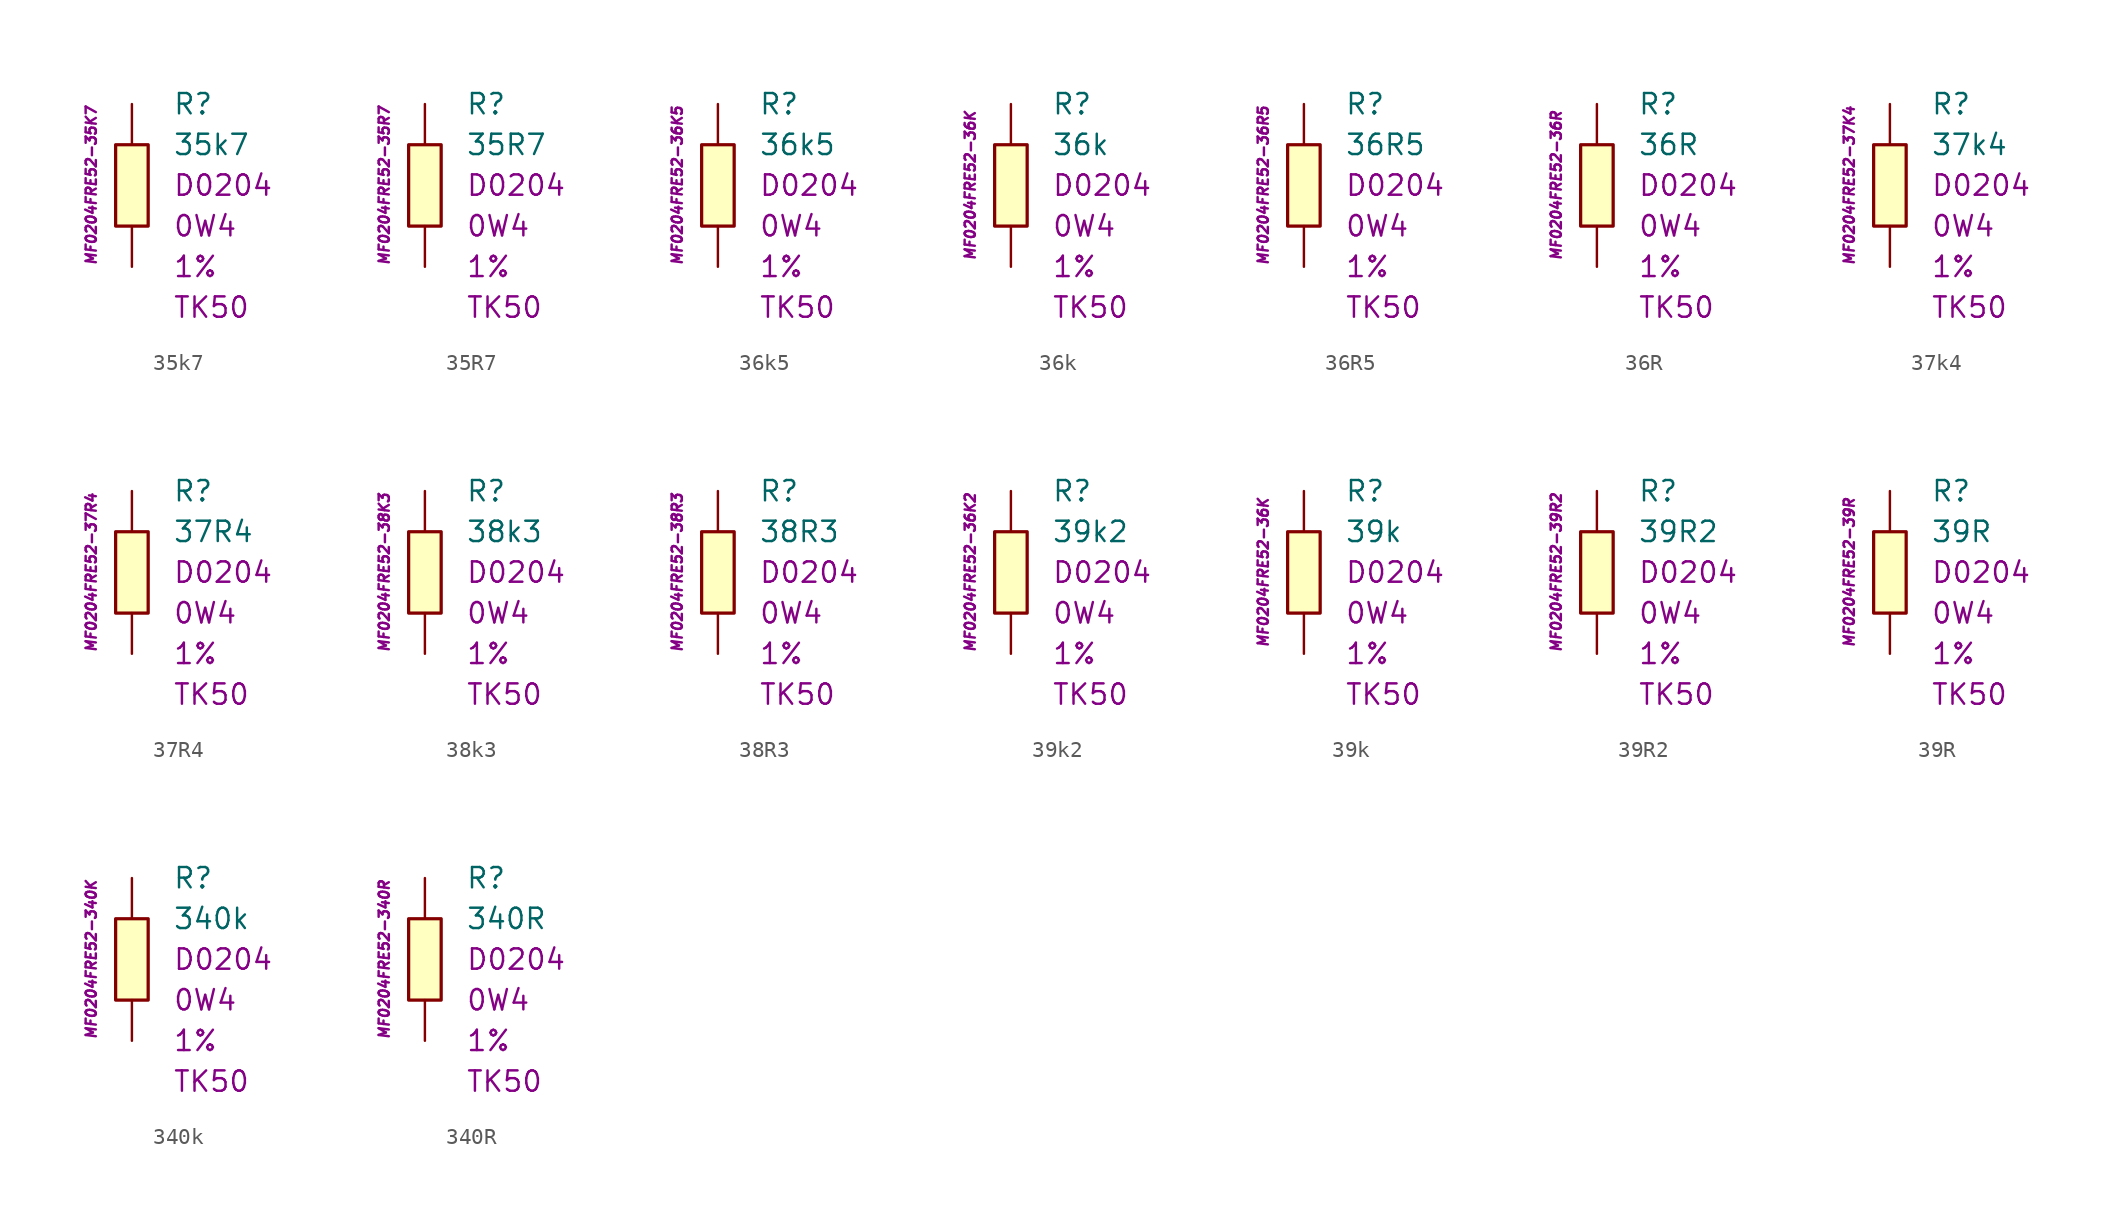
<source format=kicad_sym>
(kicad_symbol_lib
  (version 20201005)
  (generator kicad_symbol_editor)
  (symbol "35k7"
    (pin_numbers hide)
    (pin_names
      (offset 1.016) hide)
    (property "Reference" "R"
      (at 2.54 5.08 0)
      (effects (font (size 1.27 1.27)) (justify left)))
    (property "Value" "35k7"
      (at 2.54 2.54 0)
      (effects (font (size 1.27 1.27)) (justify left)))
    (property "Package" "D0204"
      (at 2.54 0 0)
      (effects (font (size 1.27 1.27)) (justify left)))
    (property "Power" "0W4"
      (at 2.54 -2.54 0)
      (effects (font (size 1.27 1.27)) (justify left)))
    (property "Tolerance" "1%"
      (at 2.54 -5.08 0)
      (effects (font (size 1.27 1.27)) (justify left)))
    (property "TK" "TK50"
      (at 2.54 -7.62 0)
      (effects (font (size 1.27 1.27)) (justify left)))
    (property "ID" "MF0204FRE52-35K7"
      (at -2.54 0 90)
      (effects (font (size 0.635 0.635) italic)))
    (symbol "35k7_0_1"
      (rectangle (start -1.016 2.54) (end 1.016 -2.54) (stroke (width 0.203)) (fill (type background))))
    (symbol "35k7_1_1"
      (pin passive line (at 0 5.08 270) (length 2.54) (name "~" (effects (font (size 1.778 1.778)))) (number "1" (effects (font (size 1.778 1.778)))))
      (pin passive line (at 0 -5.08 90) (length 2.54) (name "~" (effects (font (size 1.778 1.778)))) (number "2" (effects (font (size 1.778 1.778)))))))
  (symbol "35R7"
    (pin_numbers hide)
    (pin_names
      (offset 1.016) hide)
    (property "Reference" "R"
      (at 2.54 5.08 0)
      (effects (font (size 1.27 1.27)) (justify left)))
    (property "Value" "35R7"
      (at 2.54 2.54 0)
      (effects (font (size 1.27 1.27)) (justify left)))
    (property "Package" "D0204"
      (at 2.54 0 0)
      (effects (font (size 1.27 1.27)) (justify left)))
    (property "Power" "0W4"
      (at 2.54 -2.54 0)
      (effects (font (size 1.27 1.27)) (justify left)))
    (property "Tolerance" "1%"
      (at 2.54 -5.08 0)
      (effects (font (size 1.27 1.27)) (justify left)))
    (property "TK" "TK50"
      (at 2.54 -7.62 0)
      (effects (font (size 1.27 1.27)) (justify left)))
    (property "ID" "MF0204FRE52-35R7"
      (at -2.54 0 90)
      (effects (font (size 0.635 0.635) italic)))
    (symbol "35R7_0_1"
      (rectangle (start -1.016 2.54) (end 1.016 -2.54) (stroke (width 0.203)) (fill (type background))))
    (symbol "35R7_1_1"
      (pin passive line (at 0 5.08 270) (length 2.54) (name "~" (effects (font (size 1.778 1.778)))) (number "1" (effects (font (size 1.778 1.778)))))
      (pin passive line (at 0 -5.08 90) (length 2.54) (name "~" (effects (font (size 1.778 1.778)))) (number "2" (effects (font (size 1.778 1.778)))))))
  (symbol "36k5"
    (pin_numbers hide)
    (pin_names
      (offset 1.016) hide)
    (property "Reference" "R"
      (at 2.54 5.08 0)
      (effects (font (size 1.27 1.27)) (justify left)))
    (property "Value" "36k5"
      (at 2.54 2.54 0)
      (effects (font (size 1.27 1.27)) (justify left)))
    (property "Package" "D0204"
      (at 2.54 0 0)
      (effects (font (size 1.27 1.27)) (justify left)))
    (property "Power" "0W4"
      (at 2.54 -2.54 0)
      (effects (font (size 1.27 1.27)) (justify left)))
    (property "Tolerance" "1%"
      (at 2.54 -5.08 0)
      (effects (font (size 1.27 1.27)) (justify left)))
    (property "TK" "TK50"
      (at 2.54 -7.62 0)
      (effects (font (size 1.27 1.27)) (justify left)))
    (property "ID" "MF0204FRE52-36K5"
      (at -2.54 0 90)
      (effects (font (size 0.635 0.635) italic)))
    (symbol "36k5_0_1"
      (rectangle (start -1.016 2.54) (end 1.016 -2.54) (stroke (width 0.203)) (fill (type background))))
    (symbol "36k5_1_1"
      (pin passive line (at 0 5.08 270) (length 2.54) (name "~" (effects (font (size 1.778 1.778)))) (number "1" (effects (font (size 1.778 1.778)))))
      (pin passive line (at 0 -5.08 90) (length 2.54) (name "~" (effects (font (size 1.778 1.778)))) (number "2" (effects (font (size 1.778 1.778)))))))
  (symbol "36k"
    (pin_numbers hide)
    (pin_names
      (offset 1.016) hide)
    (property "Reference" "R"
      (at 2.54 5.08 0)
      (effects (font (size 1.27 1.27)) (justify left)))
    (property "Value" "36k"
      (at 2.54 2.54 0)
      (effects (font (size 1.27 1.27)) (justify left)))
    (property "Package" "D0204"
      (at 2.54 0 0)
      (effects (font (size 1.27 1.27)) (justify left)))
    (property "Power" "0W4"
      (at 2.54 -2.54 0)
      (effects (font (size 1.27 1.27)) (justify left)))
    (property "Tolerance" "1%"
      (at 2.54 -5.08 0)
      (effects (font (size 1.27 1.27)) (justify left)))
    (property "TK" "TK50"
      (at 2.54 -7.62 0)
      (effects (font (size 1.27 1.27)) (justify left)))
    (property "ID" "MF0204FRE52-36K"
      (at -2.54 0 90)
      (effects (font (size 0.635 0.635) italic)))
    (symbol "36k_0_1"
      (rectangle (start -1.016 2.54) (end 1.016 -2.54) (stroke (width 0.203)) (fill (type background))))
    (symbol "36k_1_1"
      (pin passive line (at 0 5.08 270) (length 2.54) (name "~" (effects (font (size 1.778 1.778)))) (number "1" (effects (font (size 1.778 1.778)))))
      (pin passive line (at 0 -5.08 90) (length 2.54) (name "~" (effects (font (size 1.778 1.778)))) (number "2" (effects (font (size 1.778 1.778)))))))
  (symbol "36R5"
    (pin_numbers hide)
    (pin_names
      (offset 1.016) hide)
    (property "Reference" "R"
      (at 2.54 5.08 0)
      (effects (font (size 1.27 1.27)) (justify left)))
    (property "Value" "36R5"
      (at 2.54 2.54 0)
      (effects (font (size 1.27 1.27)) (justify left)))
    (property "Package" "D0204"
      (at 2.54 0 0)
      (effects (font (size 1.27 1.27)) (justify left)))
    (property "Power" "0W4"
      (at 2.54 -2.54 0)
      (effects (font (size 1.27 1.27)) (justify left)))
    (property "Tolerance" "1%"
      (at 2.54 -5.08 0)
      (effects (font (size 1.27 1.27)) (justify left)))
    (property "TK" "TK50"
      (at 2.54 -7.62 0)
      (effects (font (size 1.27 1.27)) (justify left)))
    (property "ID" "MF0204FRE52-36R5"
      (at -2.54 0 90)
      (effects (font (size 0.635 0.635) italic)))
    (symbol "36R5_0_1"
      (rectangle (start -1.016 2.54) (end 1.016 -2.54) (stroke (width 0.203)) (fill (type background))))
    (symbol "36R5_1_1"
      (pin passive line (at 0 5.08 270) (length 2.54) (name "~" (effects (font (size 1.778 1.778)))) (number "1" (effects (font (size 1.778 1.778)))))
      (pin passive line (at 0 -5.08 90) (length 2.54) (name "~" (effects (font (size 1.778 1.778)))) (number "2" (effects (font (size 1.778 1.778)))))))
  (symbol "36R"
    (pin_numbers hide)
    (pin_names
      (offset 1.016) hide)
    (property "Reference" "R"
      (at 2.54 5.08 0)
      (effects (font (size 1.27 1.27)) (justify left)))
    (property "Value" "36R"
      (at 2.54 2.54 0)
      (effects (font (size 1.27 1.27)) (justify left)))
    (property "Package" "D0204"
      (at 2.54 0 0)
      (effects (font (size 1.27 1.27)) (justify left)))
    (property "Power" "0W4"
      (at 2.54 -2.54 0)
      (effects (font (size 1.27 1.27)) (justify left)))
    (property "Tolerance" "1%"
      (at 2.54 -5.08 0)
      (effects (font (size 1.27 1.27)) (justify left)))
    (property "TK" "TK50"
      (at 2.54 -7.62 0)
      (effects (font (size 1.27 1.27)) (justify left)))
    (property "ID" "MF0204FRE52-36R"
      (at -2.54 0 90)
      (effects (font (size 0.635 0.635) italic)))
    (symbol "36R_0_1"
      (rectangle (start -1.016 2.54) (end 1.016 -2.54) (stroke (width 0.203)) (fill (type background))))
    (symbol "36R_1_1"
      (pin passive line (at 0 5.08 270) (length 2.54) (name "~" (effects (font (size 1.778 1.778)))) (number "1" (effects (font (size 1.778 1.778)))))
      (pin passive line (at 0 -5.08 90) (length 2.54) (name "~" (effects (font (size 1.778 1.778)))) (number "2" (effects (font (size 1.778 1.778)))))))
  (symbol "37k4"
    (pin_numbers hide)
    (pin_names
      (offset 1.016) hide)
    (property "Reference" "R"
      (at 2.54 5.08 0)
      (effects (font (size 1.27 1.27)) (justify left)))
    (property "Value" "37k4"
      (at 2.54 2.54 0)
      (effects (font (size 1.27 1.27)) (justify left)))
    (property "Package" "D0204"
      (at 2.54 0 0)
      (effects (font (size 1.27 1.27)) (justify left)))
    (property "Power" "0W4"
      (at 2.54 -2.54 0)
      (effects (font (size 1.27 1.27)) (justify left)))
    (property "Tolerance" "1%"
      (at 2.54 -5.08 0)
      (effects (font (size 1.27 1.27)) (justify left)))
    (property "TK" "TK50"
      (at 2.54 -7.62 0)
      (effects (font (size 1.27 1.27)) (justify left)))
    (property "ID" "MF0204FRE52-37K4"
      (at -2.54 0 90)
      (effects (font (size 0.635 0.635) italic)))
    (symbol "37k4_0_1"
      (rectangle (start -1.016 2.54) (end 1.016 -2.54) (stroke (width 0.203)) (fill (type background))))
    (symbol "37k4_1_1"
      (pin passive line (at 0 5.08 270) (length 2.54) (name "~" (effects (font (size 1.778 1.778)))) (number "1" (effects (font (size 1.778 1.778)))))
      (pin passive line (at 0 -5.08 90) (length 2.54) (name "~" (effects (font (size 1.778 1.778)))) (number "2" (effects (font (size 1.778 1.778)))))))
  (symbol "37R4"
    (pin_numbers hide)
    (pin_names
      (offset 1.016) hide)
    (property "Reference" "R"
      (at 2.54 5.08 0)
      (effects (font (size 1.27 1.27)) (justify left)))
    (property "Value" "37R4"
      (at 2.54 2.54 0)
      (effects (font (size 1.27 1.27)) (justify left)))
    (property "Package" "D0204"
      (at 2.54 0 0)
      (effects (font (size 1.27 1.27)) (justify left)))
    (property "Power" "0W4"
      (at 2.54 -2.54 0)
      (effects (font (size 1.27 1.27)) (justify left)))
    (property "Tolerance" "1%"
      (at 2.54 -5.08 0)
      (effects (font (size 1.27 1.27)) (justify left)))
    (property "TK" "TK50"
      (at 2.54 -7.62 0)
      (effects (font (size 1.27 1.27)) (justify left)))
    (property "ID" "MF0204FRE52-37R4"
      (at -2.54 0 90)
      (effects (font (size 0.635 0.635) italic)))
    (symbol "37R4_0_1"
      (rectangle (start -1.016 2.54) (end 1.016 -2.54) (stroke (width 0.203)) (fill (type background))))
    (symbol "37R4_1_1"
      (pin passive line (at 0 5.08 270) (length 2.54) (name "~" (effects (font (size 1.778 1.778)))) (number "1" (effects (font (size 1.778 1.778)))))
      (pin passive line (at 0 -5.08 90) (length 2.54) (name "~" (effects (font (size 1.778 1.778)))) (number "2" (effects (font (size 1.778 1.778)))))))
  (symbol "38k3"
    (pin_numbers hide)
    (pin_names
      (offset 1.016) hide)
    (property "Reference" "R"
      (at 2.54 5.08 0)
      (effects (font (size 1.27 1.27)) (justify left)))
    (property "Value" "38k3"
      (at 2.54 2.54 0)
      (effects (font (size 1.27 1.27)) (justify left)))
    (property "Package" "D0204"
      (at 2.54 0 0)
      (effects (font (size 1.27 1.27)) (justify left)))
    (property "Power" "0W4"
      (at 2.54 -2.54 0)
      (effects (font (size 1.27 1.27)) (justify left)))
    (property "Tolerance" "1%"
      (at 2.54 -5.08 0)
      (effects (font (size 1.27 1.27)) (justify left)))
    (property "TK" "TK50"
      (at 2.54 -7.62 0)
      (effects (font (size 1.27 1.27)) (justify left)))
    (property "ID" "MF0204FRE52-38K3"
      (at -2.54 0 90)
      (effects (font (size 0.635 0.635) italic)))
    (symbol "38k3_0_1"
      (rectangle (start -1.016 2.54) (end 1.016 -2.54) (stroke (width 0.203)) (fill (type background))))
    (symbol "38k3_1_1"
      (pin passive line (at 0 5.08 270) (length 2.54) (name "~" (effects (font (size 1.778 1.778)))) (number "1" (effects (font (size 1.778 1.778)))))
      (pin passive line (at 0 -5.08 90) (length 2.54) (name "~" (effects (font (size 1.778 1.778)))) (number "2" (effects (font (size 1.778 1.778)))))))
  (symbol "38R3"
    (pin_numbers hide)
    (pin_names
      (offset 1.016) hide)
    (property "Reference" "R"
      (at 2.54 5.08 0)
      (effects (font (size 1.27 1.27)) (justify left)))
    (property "Value" "38R3"
      (at 2.54 2.54 0)
      (effects (font (size 1.27 1.27)) (justify left)))
    (property "Package" "D0204"
      (at 2.54 0 0)
      (effects (font (size 1.27 1.27)) (justify left)))
    (property "Power" "0W4"
      (at 2.54 -2.54 0)
      (effects (font (size 1.27 1.27)) (justify left)))
    (property "Tolerance" "1%"
      (at 2.54 -5.08 0)
      (effects (font (size 1.27 1.27)) (justify left)))
    (property "TK" "TK50"
      (at 2.54 -7.62 0)
      (effects (font (size 1.27 1.27)) (justify left)))
    (property "ID" "MF0204FRE52-38R3"
      (at -2.54 0 90)
      (effects (font (size 0.635 0.635) italic)))
    (symbol "38R3_0_1"
      (rectangle (start -1.016 2.54) (end 1.016 -2.54) (stroke (width 0.203)) (fill (type background))))
    (symbol "38R3_1_1"
      (pin passive line (at 0 5.08 270) (length 2.54) (name "~" (effects (font (size 1.778 1.778)))) (number "1" (effects (font (size 1.778 1.778)))))
      (pin passive line (at 0 -5.08 90) (length 2.54) (name "~" (effects (font (size 1.778 1.778)))) (number "2" (effects (font (size 1.778 1.778)))))))
  (symbol "39k2"
    (pin_numbers hide)
    (pin_names
      (offset 1.016) hide)
    (property "Reference" "R"
      (at 2.54 5.08 0)
      (effects (font (size 1.27 1.27)) (justify left)))
    (property "Value" "39k2"
      (at 2.54 2.54 0)
      (effects (font (size 1.27 1.27)) (justify left)))
    (property "Package" "D0204"
      (at 2.54 0 0)
      (effects (font (size 1.27 1.27)) (justify left)))
    (property "Power" "0W4"
      (at 2.54 -2.54 0)
      (effects (font (size 1.27 1.27)) (justify left)))
    (property "Tolerance" "1%"
      (at 2.54 -5.08 0)
      (effects (font (size 1.27 1.27)) (justify left)))
    (property "TK" "TK50"
      (at 2.54 -7.62 0)
      (effects (font (size 1.27 1.27)) (justify left)))
    (property "ID" "MF0204FRE52-36K2"
      (at -2.54 0 90)
      (effects (font (size 0.635 0.635) italic)))
    (symbol "39k2_0_1"
      (rectangle (start -1.016 2.54) (end 1.016 -2.54) (stroke (width 0.203)) (fill (type background))))
    (symbol "39k2_1_1"
      (pin passive line (at 0 5.08 270) (length 2.54) (name "~" (effects (font (size 1.778 1.778)))) (number "1" (effects (font (size 1.778 1.778)))))
      (pin passive line (at 0 -5.08 90) (length 2.54) (name "~" (effects (font (size 1.778 1.778)))) (number "2" (effects (font (size 1.778 1.778)))))))
  (symbol "39k"
    (pin_numbers hide)
    (pin_names
      (offset 1.016) hide)
    (property "Reference" "R"
      (at 2.54 5.08 0)
      (effects (font (size 1.27 1.27)) (justify left)))
    (property "Value" "39k"
      (at 2.54 2.54 0)
      (effects (font (size 1.27 1.27)) (justify left)))
    (property "Package" "D0204"
      (at 2.54 0 0)
      (effects (font (size 1.27 1.27)) (justify left)))
    (property "Power" "0W4"
      (at 2.54 -2.54 0)
      (effects (font (size 1.27 1.27)) (justify left)))
    (property "Tolerance" "1%"
      (at 2.54 -5.08 0)
      (effects (font (size 1.27 1.27)) (justify left)))
    (property "TK" "TK50"
      (at 2.54 -7.62 0)
      (effects (font (size 1.27 1.27)) (justify left)))
    (property "ID" "MF0204FRE52-36K"
      (at -2.54 0 90)
      (effects (font (size 0.635 0.635) italic)))
    (symbol "39k_0_1"
      (rectangle (start -1.016 2.54) (end 1.016 -2.54) (stroke (width 0.203)) (fill (type background))))
    (symbol "39k_1_1"
      (pin passive line (at 0 5.08 270) (length 2.54) (name "~" (effects (font (size 1.778 1.778)))) (number "1" (effects (font (size 1.778 1.778)))))
      (pin passive line (at 0 -5.08 90) (length 2.54) (name "~" (effects (font (size 1.778 1.778)))) (number "2" (effects (font (size 1.778 1.778)))))))
  (symbol "39R2"
    (pin_numbers hide)
    (pin_names
      (offset 1.016) hide)
    (property "Reference" "R"
      (at 2.54 5.08 0)
      (effects (font (size 1.27 1.27)) (justify left)))
    (property "Value" "39R2"
      (at 2.54 2.54 0)
      (effects (font (size 1.27 1.27)) (justify left)))
    (property "Package" "D0204"
      (at 2.54 0 0)
      (effects (font (size 1.27 1.27)) (justify left)))
    (property "Power" "0W4"
      (at 2.54 -2.54 0)
      (effects (font (size 1.27 1.27)) (justify left)))
    (property "Tolerance" "1%"
      (at 2.54 -5.08 0)
      (effects (font (size 1.27 1.27)) (justify left)))
    (property "TK" "TK50"
      (at 2.54 -7.62 0)
      (effects (font (size 1.27 1.27)) (justify left)))
    (property "ID" "MF0204FRE52-39R2"
      (at -2.54 0 90)
      (effects (font (size 0.635 0.635) italic)))
    (symbol "39R2_0_1"
      (rectangle (start -1.016 2.54) (end 1.016 -2.54) (stroke (width 0.203)) (fill (type background))))
    (symbol "39R2_1_1"
      (pin passive line (at 0 5.08 270) (length 2.54) (name "~" (effects (font (size 1.778 1.778)))) (number "1" (effects (font (size 1.778 1.778)))))
      (pin passive line (at 0 -5.08 90) (length 2.54) (name "~" (effects (font (size 1.778 1.778)))) (number "2" (effects (font (size 1.778 1.778)))))))
  (symbol "39R"
    (pin_numbers hide)
    (pin_names
      (offset 1.016) hide)
    (property "Reference" "R"
      (at 2.54 5.08 0)
      (effects (font (size 1.27 1.27)) (justify left)))
    (property "Value" "39R"
      (at 2.54 2.54 0)
      (effects (font (size 1.27 1.27)) (justify left)))
    (property "Package" "D0204"
      (at 2.54 0 0)
      (effects (font (size 1.27 1.27)) (justify left)))
    (property "Power" "0W4"
      (at 2.54 -2.54 0)
      (effects (font (size 1.27 1.27)) (justify left)))
    (property "Tolerance" "1%"
      (at 2.54 -5.08 0)
      (effects (font (size 1.27 1.27)) (justify left)))
    (property "TK" "TK50"
      (at 2.54 -7.62 0)
      (effects (font (size 1.27 1.27)) (justify left)))
    (property "ID" "MF0204FRE52-39R"
      (at -2.54 0 90)
      (effects (font (size 0.635 0.635) italic)))
    (symbol "39R_0_1"
      (rectangle (start -1.016 2.54) (end 1.016 -2.54) (stroke (width 0.203)) (fill (type background))))
    (symbol "39R_1_1"
      (pin passive line (at 0 5.08 270) (length 2.54) (name "~" (effects (font (size 1.778 1.778)))) (number "1" (effects (font (size 1.778 1.778)))))
      (pin passive line (at 0 -5.08 90) (length 2.54) (name "~" (effects (font (size 1.778 1.778)))) (number "2" (effects (font (size 1.778 1.778)))))))
  (symbol "340k"
    (pin_numbers hide)
    (pin_names
      (offset 1.016) hide)
    (property "Reference" "R"
      (at 2.54 5.08 0)
      (effects (font (size 1.27 1.27)) (justify left)))
    (property "Value" "340k"
      (at 2.54 2.54 0)
      (effects (font (size 1.27 1.27)) (justify left)))
    (property "Package" "D0204"
      (at 2.54 0 0)
      (effects (font (size 1.27 1.27)) (justify left)))
    (property "Power" "0W4"
      (at 2.54 -2.54 0)
      (effects (font (size 1.27 1.27)) (justify left)))
    (property "Tolerance" "1%"
      (at 2.54 -5.08 0)
      (effects (font (size 1.27 1.27)) (justify left)))
    (property "TK" "TK50"
      (at 2.54 -7.62 0)
      (effects (font (size 1.27 1.27)) (justify left)))
    (property "ID" "MF0204FRE52-340K"
      (at -2.54 0 90)
      (effects (font (size 0.635 0.635) italic)))
    (symbol "340k_0_1"
      (rectangle (start -1.016 2.54) (end 1.016 -2.54) (stroke (width 0.203)) (fill (type background))))
    (symbol "340k_1_1"
      (pin passive line (at 0 5.08 270) (length 2.54) (name "~" (effects (font (size 1.778 1.778)))) (number "1" (effects (font (size 1.778 1.778)))))
      (pin passive line (at 0 -5.08 90) (length 2.54) (name "~" (effects (font (size 1.778 1.778)))) (number "2" (effects (font (size 1.778 1.778)))))))
  (symbol "340R"
    (pin_numbers hide)
    (pin_names
      (offset 1.016) hide)
    (property "Reference" "R"
      (at 2.54 5.08 0)
      (effects (font (size 1.27 1.27)) (justify left)))
    (property "Value" "340R"
      (at 2.54 2.54 0)
      (effects (font (size 1.27 1.27)) (justify left)))
    (property "Package" "D0204"
      (at 2.54 0 0)
      (effects (font (size 1.27 1.27)) (justify left)))
    (property "Power" "0W4"
      (at 2.54 -2.54 0)
      (effects (font (size 1.27 1.27)) (justify left)))
    (property "Tolerance" "1%"
      (at 2.54 -5.08 0)
      (effects (font (size 1.27 1.27)) (justify left)))
    (property "TK" "TK50"
      (at 2.54 -7.62 0)
      (effects (font (size 1.27 1.27)) (justify left)))
    (property "ID" "MF0204FRE52-340R"
      (at -2.54 0 90)
      (effects (font (size 0.635 0.635) italic)))
    (symbol "340R_0_1"
      (rectangle (start -1.016 2.54) (end 1.016 -2.54) (stroke (width 0.203)) (fill (type background))))
    (symbol "340R_1_1"
      (pin passive line (at 0 5.08 270) (length 2.54) (name "~" (effects (font (size 1.778 1.778)))) (number "1" (effects (font (size 1.778 1.778)))))
      (pin passive line (at 0 -5.08 90) (length 2.54) (name "~" (effects (font (size 1.778 1.778)))) (number "2" (effects (font (size 1.778 1.778))))))))
</source>
